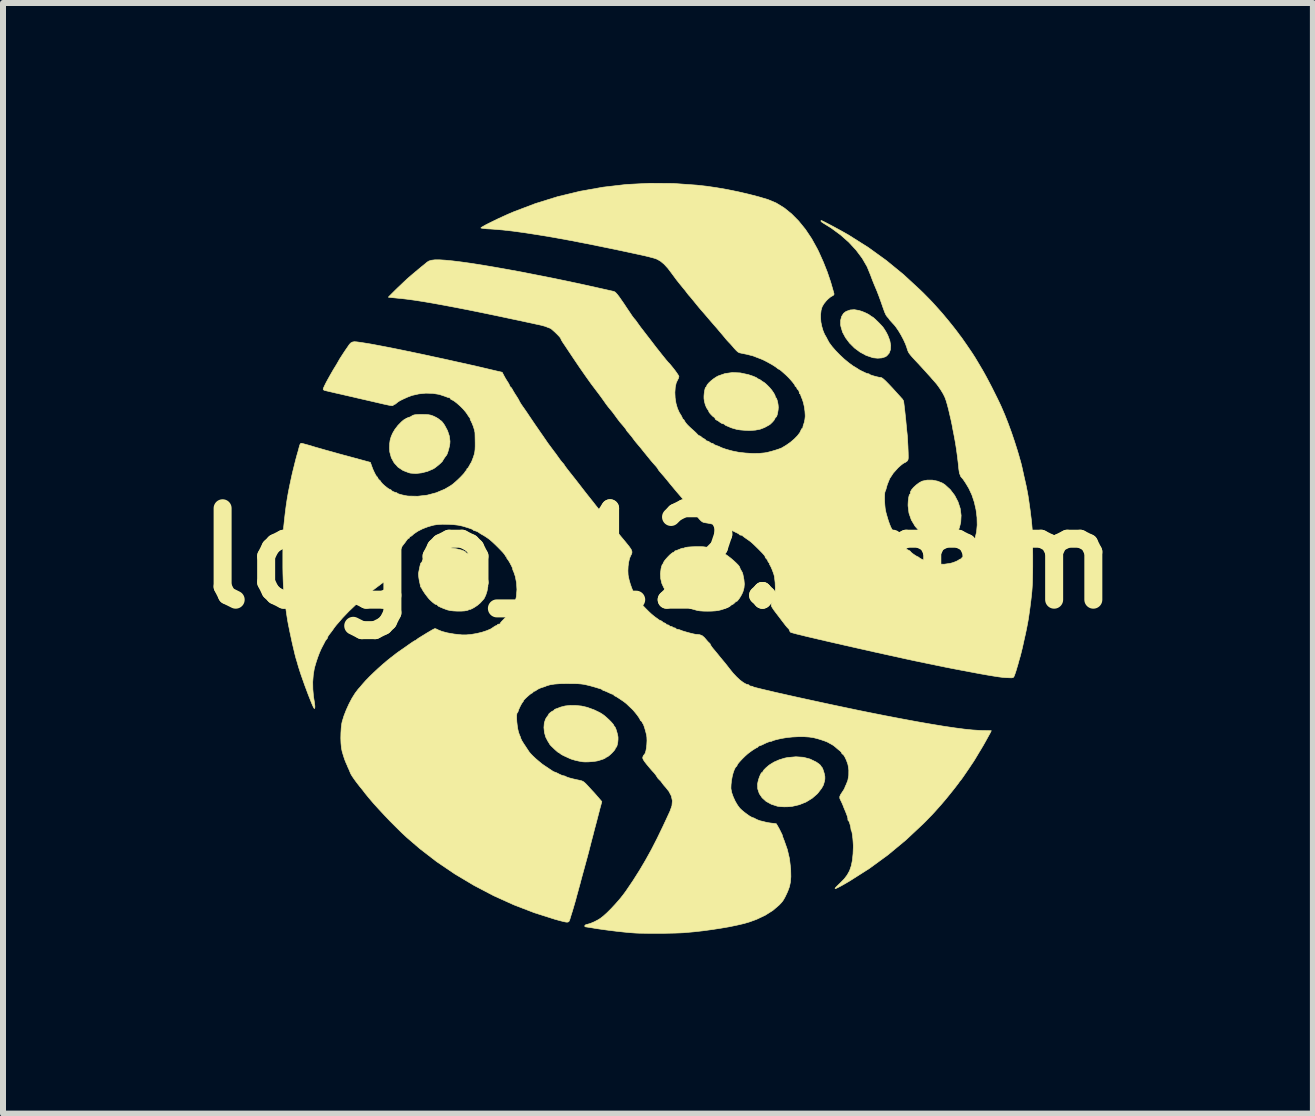
<source format=kicad_pcb>
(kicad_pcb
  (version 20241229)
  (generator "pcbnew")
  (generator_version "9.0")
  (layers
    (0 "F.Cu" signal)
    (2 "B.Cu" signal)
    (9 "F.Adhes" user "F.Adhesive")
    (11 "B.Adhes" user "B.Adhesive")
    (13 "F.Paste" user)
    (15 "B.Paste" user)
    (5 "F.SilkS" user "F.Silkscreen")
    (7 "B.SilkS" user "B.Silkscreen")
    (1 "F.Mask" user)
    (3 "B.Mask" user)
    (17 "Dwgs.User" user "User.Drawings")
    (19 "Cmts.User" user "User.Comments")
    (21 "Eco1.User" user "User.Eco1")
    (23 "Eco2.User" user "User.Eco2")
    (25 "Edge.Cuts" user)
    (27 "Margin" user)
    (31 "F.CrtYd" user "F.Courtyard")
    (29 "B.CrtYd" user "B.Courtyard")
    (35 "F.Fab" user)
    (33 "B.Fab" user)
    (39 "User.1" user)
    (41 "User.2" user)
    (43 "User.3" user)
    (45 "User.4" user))
  (footprint "logo_12.5mm"
    (layer "F.Cu")
    (at 7.918 6.257)
    (property "Reference" "logo_12.5mm" (at 0 0 0) (layer "F.SilkS") (effects (font (size 1.524 1.524) (thickness 0.3))))
    (attr through_hole)
    (fp_poly (pts (xy 3.349 -4.132) (xy 3.398 -4.117) (xy 3.448 -4.097) (xy 3.494 -4.075) (xy 3.526 -4.056) (xy 3.53 -4.053) (xy 3.555 -4.034) (xy 3.573 -4.024) (xy 3.574 -4.024) (xy 3.588 -4.015) (xy 3.613 -3.993) (xy 3.647 -3.961) (xy 3.684 -3.925) (xy 3.72 -3.887) (xy 3.75 -3.854) (xy 3.754 -3.848) (xy 3.776 -3.816) (xy 3.804 -3.77) (xy 3.83 -3.72) (xy 3.833 -3.713) (xy 3.865 -3.628) (xy 3.879 -3.549) (xy 3.875 -3.478) (xy 3.853 -3.419) (xy 3.814 -3.375) (xy 3.789 -3.359) (xy 3.732 -3.341) (xy 3.662 -3.336) (xy 3.589 -3.343) (xy 3.575 -3.347) (xy 3.469 -3.383) (xy 3.368 -3.438) (xy 3.275 -3.507) (xy 3.194 -3.588) (xy 3.127 -3.677) (xy 3.077 -3.77) (xy 3.049 -3.866) (xy 3.044 -3.895) (xy 3.045 -3.969) (xy 3.062 -4.033) (xy 3.094 -4.084) (xy 3.136 -4.116) (xy 3.204 -4.14) (xy 3.273 -4.145) (xy 3.349 -4.132)) (stroke (width 0.01) (type solid)) (fill yes) (layer "F.SilkS"))
    (fp_poly (pts (xy 4.573 -1.304) (xy 4.659 -1.287) (xy 4.738 -1.256) (xy 4.781 -1.229) (xy 4.872 -1.146) (xy 4.946 -1.049) (xy 5.001 -0.943) (xy 5.038 -0.831) (xy 5.053 -0.716) (xy 5.047 -0.603) (xy 5.026 -0.515) (xy 5.009 -0.474) (xy 4.99 -0.44) (xy 4.982 -0.429) (xy 4.967 -0.408) (xy 4.965 -0.396) (xy 4.961 -0.387) (xy 4.947 -0.38) (xy 4.926 -0.369) (xy 4.921 -0.361) (xy 4.91 -0.35) (xy 4.884 -0.333) (xy 4.862 -0.322) (xy 4.819 -0.307) (xy 4.765 -0.296) (xy 4.706 -0.29) (xy 4.653 -0.288) (xy 4.614 -0.292) (xy 4.609 -0.294) (xy 4.53 -0.325) (xy 4.467 -0.36) (xy 4.41 -0.402) (xy 4.373 -0.436) (xy 4.286 -0.535) (xy 4.223 -0.641) (xy 4.184 -0.754) (xy 4.169 -0.874) (xy 4.169 -0.903) (xy 4.172 -0.957) (xy 4.178 -1.007) (xy 4.186 -1.045) (xy 4.196 -1.068) (xy 4.201 -1.071) (xy 4.208 -1.08) (xy 4.207 -1.087) (xy 4.21 -1.113) (xy 4.23 -1.147) (xy 4.263 -1.185) (xy 4.305 -1.223) (xy 4.35 -1.257) (xy 4.396 -1.283) (xy 4.41 -1.288) (xy 4.487 -1.304) (xy 4.573 -1.304)) (stroke (width 0.01) (type solid)) (fill yes) (layer "F.SilkS"))
    (fp_poly (pts (xy 2.422 3.316) (xy 2.533 3.345) (xy 2.636 3.395) (xy 2.644 3.4) (xy 2.68 3.425) (xy 2.705 3.446) (xy 2.715 3.46) (xy 2.722 3.475) (xy 2.726 3.476) (xy 2.736 3.487) (xy 2.749 3.515) (xy 2.762 3.554) (xy 2.774 3.595) (xy 2.781 3.633) (xy 2.782 3.638) (xy 2.782 3.68) (xy 2.775 3.719) (xy 2.766 3.749) (xy 2.761 3.769) (xy 2.754 3.786) (xy 2.737 3.816) (xy 2.729 3.831) (xy 2.66 3.921) (xy 2.572 3.998) (xy 2.47 4.061) (xy 2.356 4.107) (xy 2.235 4.135) (xy 2.163 4.141) (xy 2.103 4.142) (xy 2.044 4.139) (xy 1.997 4.133) (xy 1.987 4.131) (xy 1.887 4.098) (xy 1.802 4.051) (xy 1.736 3.991) (xy 1.689 3.922) (xy 1.663 3.844) (xy 1.66 3.764) (xy 1.667 3.726) (xy 1.678 3.683) (xy 1.693 3.64) (xy 1.709 3.603) (xy 1.723 3.578) (xy 1.733 3.569) (xy 1.735 3.57) (xy 1.743 3.566) (xy 1.75 3.552) (xy 1.765 3.528) (xy 1.797 3.495) (xy 1.841 3.457) (xy 1.862 3.441) (xy 1.935 3.396) (xy 2.022 3.358) (xy 2.114 3.33) (xy 2.164 3.32) (xy 2.299 3.308) (xy 2.422 3.316)) (stroke (width 0.01) (type solid)) (fill yes) (layer "F.SilkS"))
    (fp_poly (pts (xy -3.872 -2.397) (xy -3.826 -2.394) (xy -3.788 -2.387) (xy -3.754 -2.375) (xy -3.737 -2.368) (xy -3.696 -2.348) (xy -3.662 -2.327) (xy -3.646 -2.315) (xy -3.626 -2.298) (xy -3.615 -2.292) (xy -3.604 -2.283) (xy -3.583 -2.257) (xy -3.558 -2.221) (xy -3.554 -2.214) (xy -3.508 -2.128) (xy -3.478 -2.038) (xy -3.467 -1.951) (xy -3.469 -1.914) (xy -3.475 -1.874) (xy -3.487 -1.826) (xy -3.5 -1.78) (xy -3.513 -1.742) (xy -3.524 -1.72) (xy -3.525 -1.719) (xy -3.538 -1.703) (xy -3.557 -1.677) (xy -3.574 -1.651) (xy -3.586 -1.631) (xy -3.588 -1.626) (xy -3.597 -1.613) (xy -3.621 -1.589) (xy -3.653 -1.56) (xy -3.689 -1.531) (xy -3.723 -1.505) (xy -3.748 -1.49) (xy -3.841 -1.45) (xy -3.938 -1.425) (xy -4.034 -1.414) (xy -4.122 -1.42) (xy -4.15 -1.426) (xy -4.249 -1.464) (xy -4.333 -1.52) (xy -4.398 -1.592) (xy -4.445 -1.677) (xy -4.471 -1.773) (xy -4.475 -1.837) (xy -4.473 -1.91) (xy -4.465 -1.969) (xy -4.449 -2.025) (xy -4.422 -2.088) (xy -4.421 -2.089) (xy -4.385 -2.15) (xy -4.334 -2.216) (xy -4.275 -2.276) (xy -4.241 -2.305) (xy -4.218 -2.32) (xy -4.211 -2.323) (xy -3.675 -2.323) (xy -3.669 -2.317) (xy -3.663 -2.323) (xy -3.669 -2.33) (xy -3.675 -2.323) (xy -4.211 -2.323) (xy -4.189 -2.335) (xy -4.162 -2.348) (xy -4.144 -2.353) (xy -4.142 -2.353) (xy -4.132 -2.356) (xy -4.11 -2.369) (xy -4.104 -2.373) (xy -4.083 -2.385) (xy -4.058 -2.392) (xy -4.022 -2.396) (xy -3.97 -2.398) (xy -3.937 -2.398) (xy -3.872 -2.397)) (stroke (width 0.01) (type solid)) (fill yes) (layer "F.SilkS"))
    (fp_poly (pts (xy -1.369 2.453) (xy -1.275 2.462) (xy -1.188 2.482) (xy -1.177 2.485) (xy -1.064 2.526) (xy -0.969 2.572) (xy -0.922 2.601) (xy -0.89 2.625) (xy -0.852 2.658) (xy -0.813 2.694) (xy -0.777 2.731) (xy -0.75 2.762) (xy -0.736 2.783) (xy -0.735 2.787) (xy -0.729 2.802) (xy -0.725 2.803) (xy -0.715 2.814) (xy -0.702 2.843) (xy -0.689 2.882) (xy -0.677 2.926) (xy -0.668 2.967) (xy -0.666 2.983) (xy -0.666 3.021) (xy -0.67 3.065) (xy -0.678 3.105) (xy -0.687 3.137) (xy -0.697 3.151) (xy -0.699 3.152) (xy -0.709 3.162) (xy -0.71 3.171) (xy -0.719 3.19) (xy -0.742 3.218) (xy -0.772 3.25) (xy -0.805 3.28) (xy -0.834 3.303) (xy -0.854 3.314) (xy -0.856 3.314) (xy -0.871 3.319) (xy -0.872 3.323) (xy -0.883 3.333) (xy -0.915 3.347) (xy -0.961 3.362) (xy -1.012 3.377) (xy -1.05 3.383) (xy -1.103 3.389) (xy -1.16 3.393) (xy -1.212 3.394) (xy -1.25 3.392) (xy -1.252 3.392) (xy -1.32 3.38) (xy -1.385 3.365) (xy -1.438 3.349) (xy -1.458 3.342) (xy -1.528 3.31) (xy -1.578 3.287) (xy -1.611 3.269) (xy -1.629 3.256) (xy -1.63 3.255) (xy -1.648 3.241) (xy -1.656 3.239) (xy -1.668 3.231) (xy -1.693 3.21) (xy -1.724 3.182) (xy -1.756 3.151) (xy -1.784 3.124) (xy -1.802 3.103) (xy -1.806 3.097) (xy -1.813 3.084) (xy -1.829 3.058) (xy -1.837 3.046) (xy -1.872 2.978) (xy -1.893 2.901) (xy -1.901 2.821) (xy -1.895 2.745) (xy -1.874 2.68) (xy -1.867 2.669) (xy -1.847 2.638) (xy -1.83 2.617) (xy -1.826 2.613) (xy -1.82 2.605) (xy -1.823 2.604) (xy -1.823 2.598) (xy -1.808 2.583) (xy -1.787 2.565) (xy -1.764 2.55) (xy -1.747 2.542) (xy -1.745 2.541) (xy -1.732 2.534) (xy -1.732 2.53) (xy -1.721 2.518) (xy -1.71 2.513) (xy -1.687 2.505) (xy -1.65 2.491) (xy -1.619 2.479) (xy -1.549 2.461) (xy -1.463 2.452) (xy -1.369 2.453)) (stroke (width 0.01) (type solid)) (fill yes) (layer "F.SilkS"))
    (fp_poly (pts (xy 1.372 -3.091) (xy 1.508 -3.062) (xy 1.585 -3.036) (xy 1.623 -3.02) (xy 1.649 -3.007) (xy 1.657 -2.999) (xy 1.667 -2.991) (xy 1.674 -2.99) (xy 1.694 -2.982) (xy 1.719 -2.965) (xy 1.742 -2.947) (xy 1.756 -2.94) (xy 1.769 -2.932) (xy 1.794 -2.912) (xy 1.824 -2.884) (xy 1.863 -2.844) (xy 1.9 -2.799) (xy 1.93 -2.755) (xy 1.95 -2.718) (xy 1.956 -2.697) (xy 1.961 -2.68) (xy 1.966 -2.678) (xy 1.975 -2.667) (xy 1.986 -2.638) (xy 1.996 -2.599) (xy 2.003 -2.556) (xy 2.006 -2.516) (xy 2.006 -2.516) (xy 2.003 -2.475) (xy 1.996 -2.432) (xy 1.987 -2.392) (xy 1.977 -2.364) (xy 1.968 -2.354) (xy 1.956 -2.344) (xy 1.949 -2.329) (xy 1.934 -2.301) (xy 1.905 -2.268) (xy 1.873 -2.237) (xy 1.855 -2.224) (xy 1.777 -2.181) (xy 1.702 -2.152) (xy 1.623 -2.137) (xy 1.531 -2.131) (xy 1.496 -2.132) (xy 1.434 -2.135) (xy 1.373 -2.14) (xy 1.322 -2.148) (xy 1.308 -2.151) (xy 1.265 -2.163) (xy 1.229 -2.174) (xy 1.215 -2.179) (xy 1.185 -2.192) (xy 1.15 -2.207) (xy 1.149 -2.207) (xy 1.122 -2.22) (xy 1.109 -2.232) (xy 1.109 -2.233) (xy 1.098 -2.241) (xy 1.086 -2.242) (xy 1.062 -2.25) (xy 1.032 -2.269) (xy 1.027 -2.273) (xy 0.999 -2.294) (xy 0.978 -2.304) (xy 0.976 -2.305) (xy 0.96 -2.315) (xy 0.953 -2.33) (xy 0.942 -2.35) (xy 0.933 -2.354) (xy 0.92 -2.362) (xy 0.899 -2.382) (xy 0.876 -2.406) (xy 0.856 -2.43) (xy 0.847 -2.446) (xy 0.847 -2.449) (xy 0.845 -2.459) (xy 0.833 -2.475) (xy 0.809 -2.511) (xy 0.788 -2.563) (xy 0.773 -2.621) (xy 0.767 -2.666) (xy 0.767 -2.707) (xy 0.771 -2.752) (xy 0.778 -2.796) (xy 0.786 -2.831) (xy 0.795 -2.851) (xy 0.799 -2.853) (xy 0.809 -2.863) (xy 0.81 -2.869) (xy 0.82 -2.892) (xy 0.846 -2.923) (xy 0.883 -2.958) (xy 0.927 -2.993) (xy 0.972 -3.023) (xy 1.003 -3.04) (xy 1.118 -3.08) (xy 1.241 -3.097) (xy 1.372 -3.091)) (stroke (width 0.01) (type solid)) (fill yes) (layer "F.SilkS"))
    (fp_poly (pts (xy -3.458 -0.173) (xy -3.398 -0.166) (xy -3.338 -0.154) (xy -3.283 -0.14) (xy -3.239 -0.124) (xy -3.21 -0.109) (xy -3.202 -0.097) (xy -3.192 -0.088) (xy -3.186 -0.087) (xy -3.169 -0.08) (xy -3.138 -0.063) (xy -3.102 -0.04) (xy -3.067 -0.016) (xy -3.04 0.004) (xy -3.029 0.016) (xy -3.018 0.032) (xy -2.998 0.054) (xy -2.971 0.085) (xy -2.941 0.124) (xy -2.912 0.165) (xy -2.889 0.202) (xy -2.876 0.229) (xy -2.874 0.236) (xy -2.867 0.263) (xy -2.863 0.27) (xy -2.851 0.298) (xy -2.842 0.348) (xy -2.835 0.411) (xy -2.836 0.475) (xy -2.849 0.546) (xy -2.87 0.612) (xy -2.896 0.667) (xy -2.907 0.682) (xy -2.961 0.742) (xy -3.013 0.786) (xy -3.068 0.822) (xy -3.104 0.841) (xy -3.129 0.852) (xy -3.139 0.853) (xy -3.139 0.853) (xy -3.147 0.852) (xy -3.159 0.861) (xy -3.184 0.87) (xy -3.228 0.877) (xy -3.283 0.88) (xy -3.345 0.88) (xy -3.407 0.877) (xy -3.462 0.871) (xy -3.504 0.861) (xy -3.507 0.861) (xy -3.575 0.836) (xy -3.627 0.814) (xy -3.662 0.797) (xy -3.675 0.784) (xy -3.675 0.783) (xy -3.685 0.773) (xy -3.692 0.772) (xy -3.717 0.763) (xy -3.756 0.733) (xy -3.804 0.689) (xy -3.828 0.662) (xy -3.856 0.626) (xy -3.886 0.586) (xy -3.912 0.547) (xy -3.931 0.516) (xy -3.94 0.497) (xy -3.939 0.495) (xy -3.945 0.486) (xy -3.947 0.486) (xy -3.957 0.476) (xy -3.958 0.47) (xy -3.962 0.447) (xy -3.967 0.424) (xy -3.978 0.377) (xy -3.986 0.327) (xy -3.991 0.284) (xy -3.992 0.255) (xy -3.992 0.251) (xy -3.978 0.178) (xy -3.967 0.126) (xy -3.959 0.094) (xy -3.952 0.078) (xy -3.948 0.075) (xy -3.937 0.064) (xy -3.929 0.047) (xy -3.915 0.018) (xy -3.889 -0.016) (xy -3.857 -0.051) (xy -3.825 -0.08) (xy -3.799 -0.097) (xy -3.79 -0.1) (xy -3.776 -0.106) (xy -3.775 -0.11) (xy -3.763 -0.122) (xy -3.733 -0.135) (xy -3.689 -0.148) (xy -3.637 -0.161) (xy -3.582 -0.17) (xy -3.532 -0.175) (xy -3.513 -0.176) (xy -3.458 -0.173)) (stroke (width 0.01) (type solid)) (fill yes) (layer "F.SilkS"))
    (fp_poly (pts (xy 0.755 -0.193) (xy 0.808 -0.186) (xy 0.86 -0.175) (xy 0.861 -0.175) (xy 0.94 -0.153) (xy 0.998 -0.135) (xy 1.034 -0.12) (xy 1.046 -0.109) (xy 1.046 -0.109) (xy 1.056 -0.1) (xy 1.058 -0.1) (xy 1.083 -0.092) (xy 1.121 -0.07) (xy 1.167 -0.038) (xy 1.216 -0.000211) (xy 1.264 0.041) (xy 1.307 0.081) (xy 1.341 0.116) (xy 1.361 0.144) (xy 1.364 0.154) (xy 1.371 0.174) (xy 1.386 0.201) (xy 1.386 0.201) (xy 1.405 0.234) (xy 1.415 0.263) (xy 1.433 0.354) (xy 1.44 0.429) (xy 1.434 0.494) (xy 1.417 0.555) (xy 1.399 0.596) (xy 1.379 0.632) (xy 1.357 0.667) (xy 1.335 0.696) (xy 1.318 0.715) (xy 1.309 0.719) (xy 1.308 0.716) (xy 1.301 0.719) (xy 1.283 0.736) (xy 1.279 0.741) (xy 1.255 0.762) (xy 1.237 0.772) (xy 1.236 0.772) (xy 1.217 0.782) (xy 1.212 0.788) (xy 1.194 0.803) (xy 1.157 0.821) (xy 1.11 0.839) (xy 1.057 0.857) (xy 1.007 0.869) (xy 1.003 0.87) (xy 0.956 0.876) (xy 0.894 0.88) (xy 0.826 0.881) (xy 0.759 0.88) (xy 0.701 0.876) (xy 0.66 0.87) (xy 0.616 0.858) (xy 0.567 0.844) (xy 0.518 0.828) (xy 0.476 0.814) (xy 0.446 0.803) (xy 0.436 0.798) (xy 0.422 0.789) (xy 0.394 0.773) (xy 0.38 0.767) (xy 0.352 0.752) (xy 0.329 0.739) (xy 0.307 0.723) (xy 0.281 0.7) (xy 0.245 0.667) (xy 0.202 0.626) (xy 0.164 0.588) (xy 0.134 0.555) (xy 0.116 0.532) (xy 0.112 0.524) (xy 0.106 0.504) (xy 0.093 0.481) (xy 0.064 0.417) (xy 0.046 0.34) (xy 0.041 0.256) (xy 0.051 0.174) (xy 0.051 0.173) (xy 0.061 0.134) (xy 0.07 0.108) (xy 0.076 0.1) (xy 0.085 0.089) (xy 0.092 0.07) (xy 0.104 0.048) (xy 0.129 0.016) (xy 0.161 -0.02) (xy 0.195 -0.055) (xy 0.227 -0.082) (xy 0.25 -0.098) (xy 0.256 -0.1) (xy 0.272 -0.107) (xy 0.274 -0.112) (xy 0.284 -0.124) (xy 0.287 -0.125) (xy 0.305 -0.129) (xy 0.337 -0.142) (xy 0.357 -0.15) (xy 0.391 -0.164) (xy 0.414 -0.17) (xy 0.421 -0.169) (xy 0.434 -0.17) (xy 0.444 -0.176) (xy 0.464 -0.183) (xy 0.504 -0.188) (xy 0.56 -0.192) (xy 0.615 -0.194) (xy 0.693 -0.195) (xy 0.755 -0.193)) (stroke (width 0.01) (type solid)) (fill yes) (layer "F.SilkS"))
    (fp_poly (pts (xy 0.255 -6.249) (xy 0.647 -6.221) (xy 0.81 -6.203) (xy 0.98 -6.178) (xy 1.158 -6.147) (xy 1.339 -6.11) (xy 1.516 -6.069) (xy 1.681 -6.026) (xy 1.828 -5.982) (xy 1.84 -5.978) (xy 1.971 -5.923) (xy 2.1 -5.844) (xy 2.225 -5.744) (xy 2.344 -5.624) (xy 2.457 -5.485) (xy 2.561 -5.33) (xy 2.655 -5.16) (xy 2.678 -5.114) (xy 2.756 -4.94) (xy 2.822 -4.774) (xy 2.879 -4.605) (xy 2.931 -4.424) (xy 2.934 -4.415) (xy 2.933 -4.394) (xy 2.915 -4.378) (xy 2.903 -4.373) (xy 2.875 -4.356) (xy 2.839 -4.326) (xy 2.809 -4.297) (xy 2.766 -4.244) (xy 2.736 -4.193) (xy 2.719 -4.135) (xy 2.711 -4.065) (xy 2.711 -4.005) (xy 2.716 -3.938) (xy 2.731 -3.865) (xy 2.752 -3.794) (xy 2.777 -3.734) (xy 2.79 -3.712) (xy 2.811 -3.676) (xy 2.825 -3.647) (xy 2.855 -3.593) (xy 2.902 -3.53) (xy 2.962 -3.461) (xy 3.031 -3.39) (xy 3.104 -3.322) (xy 3.178 -3.261) (xy 3.248 -3.209) (xy 3.302 -3.177) (xy 3.326 -3.162) (xy 3.339 -3.153) (xy 3.353 -3.144) (xy 3.381 -3.129) (xy 3.395 -3.122) (xy 3.431 -3.105) (xy 3.46 -3.091) (xy 3.466 -3.088) (xy 3.494 -3.079) (xy 3.507 -3.077) (xy 3.523 -3.072) (xy 3.525 -3.067) (xy 3.537 -3.06) (xy 3.565 -3.05) (xy 3.604 -3.038) (xy 3.646 -3.027) (xy 3.685 -3.018) (xy 3.714 -3.015) (xy 3.717 -3.015) (xy 3.733 -3.008) (xy 3.76 -2.988) (xy 3.797 -2.954) (xy 3.847 -2.903) (xy 3.911 -2.835) (xy 3.968 -2.772) (xy 4.006 -2.73) (xy 4.04 -2.693) (xy 4.064 -2.666) (xy 4.073 -2.657) (xy 4.09 -2.631) (xy 4.095 -2.617) (xy 4.1 -2.579) (xy 4.107 -2.522) (xy 4.115 -2.453) (xy 4.123 -2.379) (xy 4.131 -2.305) (xy 4.136 -2.249) (xy 4.142 -2.188) (xy 4.147 -2.132) (xy 4.152 -2.088) (xy 4.154 -2.068) (xy 4.157 -2.04) (xy 4.16 -1.993) (xy 4.163 -1.933) (xy 4.167 -1.864) (xy 4.168 -1.833) (xy 4.171 -1.76) (xy 4.172 -1.708) (xy 4.172 -1.672) (xy 4.169 -1.649) (xy 4.163 -1.634) (xy 4.155 -1.623) (xy 4.152 -1.62) (xy 4.123 -1.599) (xy 4.103 -1.59) (xy 4.082 -1.577) (xy 4.05 -1.552) (xy 4.013 -1.519) (xy 4.003 -1.51) (xy 3.923 -1.421) (xy 3.863 -1.33) (xy 3.823 -1.231) (xy 3.811 -1.19) (xy 3.801 -1.152) (xy 3.791 -1.123) (xy 3.786 -1.115) (xy 3.781 -1.095) (xy 3.778 -1.056) (xy 3.777 -1.004) (xy 3.778 -0.946) (xy 3.782 -0.888) (xy 3.787 -0.835) (xy 3.789 -0.822) (xy 3.8 -0.766) (xy 3.818 -0.702) (xy 3.838 -0.635) (xy 3.86 -0.572) (xy 3.881 -0.52) (xy 3.9 -0.485) (xy 3.901 -0.484) (xy 3.917 -0.459) (xy 3.924 -0.444) (xy 3.924 -0.444) (xy 3.931 -0.43) (xy 3.948 -0.402) (xy 3.972 -0.367) (xy 3.997 -0.331) (xy 4.02 -0.3) (xy 4.03 -0.289) (xy 4.054 -0.261) (xy 4.085 -0.227) (xy 4.095 -0.216) (xy 4.119 -0.188) (xy 4.134 -0.168) (xy 4.136 -0.162) (xy 4.146 -0.151) (xy 4.171 -0.138) (xy 4.173 -0.137) (xy 4.199 -0.124) (xy 4.211 -0.112) (xy 4.211 -0.111) (xy 4.22 -0.1) (xy 4.244 -0.08) (xy 4.275 -0.058) (xy 4.305 -0.039) (xy 4.328 -0.027) (xy 4.335 -0.025) (xy 4.349 -0.016) (xy 4.35 -0.015) (xy 4.364 -0.003) (xy 4.397 0.015) (xy 4.44 0.035) (xy 4.49 0.054) (xy 4.539 0.072) (xy 4.57 0.08) (xy 4.668 0.097) (xy 4.772 0.098) (xy 4.87 0.084) (xy 4.909 0.074) (xy 4.953 0.058) (xy 4.99 0.042) (xy 5.009 0.03) (xy 5.031 0.016) (xy 5.043 0.012) (xy 5.057 0.004) (xy 5.058 0) (xy 5.068 -0.012) (xy 5.073 -0.012) (xy 5.094 -0.022) (xy 5.123 -0.05) (xy 5.157 -0.09) (xy 5.182 -0.125) (xy 5.204 -0.154) (xy 5.222 -0.174) (xy 5.225 -0.177) (xy 5.231 -0.186) (xy 5.228 -0.187) (xy 5.226 -0.196) (xy 5.235 -0.215) (xy 5.248 -0.24) (xy 5.265 -0.281) (xy 5.283 -0.329) (xy 5.286 -0.338) (xy 5.311 -0.44) (xy 5.321 -0.556) (xy 5.318 -0.682) (xy 5.302 -0.81) (xy 5.273 -0.937) (xy 5.233 -1.057) (xy 5.184 -1.162) (xy 5.159 -1.205) (xy 5.133 -1.248) (xy 5.108 -1.286) (xy 5.09 -1.312) (xy 5.084 -1.321) (xy 5.048 -1.362) (xy 5.025 -1.421) (xy 5.015 -1.486) (xy 5.004 -1.593) (xy 4.99 -1.709) (xy 4.974 -1.825) (xy 4.957 -1.933) (xy 4.94 -2.025) (xy 4.939 -2.031) (xy 4.928 -2.088) (xy 4.916 -2.147) (xy 4.908 -2.193) (xy 4.901 -2.23) (xy 4.893 -2.266) (xy 4.885 -2.306) (xy 4.873 -2.356) (xy 4.858 -2.421) (xy 4.846 -2.473) (xy 4.823 -2.561) (xy 4.802 -2.632) (xy 4.78 -2.691) (xy 4.753 -2.744) (xy 4.72 -2.799) (xy 4.705 -2.822) (xy 4.676 -2.864) (xy 4.647 -2.903) (xy 4.626 -2.928) (xy 4.597 -2.961) (xy 4.571 -2.99) (xy 4.542 -3.024) (xy 4.499 -3.071) (xy 4.448 -3.128) (xy 4.392 -3.189) (xy 4.335 -3.251) (xy 4.285 -3.304) (xy 4.238 -3.355) (xy 4.205 -3.394) (xy 4.182 -3.425) (xy 4.167 -3.455) (xy 4.155 -3.489) (xy 4.148 -3.513) (xy 4.126 -3.573) (xy 4.093 -3.645) (xy 4.053 -3.721) (xy 4.01 -3.793) (xy 3.968 -3.854) (xy 3.952 -3.875) (xy 3.933 -3.897) (xy 3.905 -3.927) (xy 3.892 -3.942) (xy 3.867 -3.969) (xy 3.852 -3.989) (xy 3.849 -3.994) (xy 3.841 -4.006) (xy 3.821 -4.026) (xy 3.82 -4.028) (xy 3.801 -4.055) (xy 3.778 -4.105) (xy 3.752 -4.177) (xy 3.74 -4.212) (xy 3.713 -4.289) (xy 3.682 -4.374) (xy 3.65 -4.457) (xy 3.627 -4.511) (xy 3.601 -4.573) (xy 3.576 -4.635) (xy 3.556 -4.688) (xy 3.544 -4.721) (xy 3.486 -4.862) (xy 3.405 -5.002) (xy 3.303 -5.138) (xy 3.182 -5.269) (xy 3.043 -5.392) (xy 2.888 -5.506) (xy 2.756 -5.588) (xy 2.728 -5.607) (xy 2.715 -5.623) (xy 2.72 -5.631) (xy 2.724 -5.631) (xy 2.739 -5.625) (xy 2.772 -5.609) (xy 2.819 -5.585) (xy 2.876 -5.555) (xy 2.94 -5.521) (xy 3.006 -5.485) (xy 3.072 -5.449) (xy 3.132 -5.415) (xy 3.183 -5.386) (xy 3.192 -5.38) (xy 3.507 -5.181) (xy 3.806 -4.965) (xy 4.092 -4.731) (xy 4.368 -4.476) (xy 4.423 -4.423) (xy 4.483 -4.362) (xy 4.533 -4.311) (xy 4.579 -4.263) (xy 4.625 -4.212) (xy 4.678 -4.153) (xy 4.728 -4.097) (xy 4.757 -4.063) (xy 4.796 -4.016) (xy 4.841 -3.962) (xy 4.887 -3.905) (xy 4.931 -3.85) (xy 4.969 -3.801) (xy 4.997 -3.764) (xy 5.008 -3.75) (xy 5.028 -3.721) (xy 5.043 -3.703) (xy 5.045 -3.7) (xy 5.055 -3.687) (xy 5.076 -3.658) (xy 5.105 -3.616) (xy 5.14 -3.566) (xy 5.176 -3.513) (xy 5.213 -3.459) (xy 5.246 -3.41) (xy 5.272 -3.369) (xy 5.29 -3.341) (xy 5.293 -3.335) (xy 5.309 -3.309) (xy 5.334 -3.267) (xy 5.365 -3.215) (xy 5.398 -3.159) (xy 5.399 -3.158) (xy 5.431 -3.102) (xy 5.471 -3.03) (xy 5.516 -2.945) (xy 5.564 -2.853) (xy 5.611 -2.759) (xy 5.656 -2.669) (xy 5.695 -2.588) (xy 5.726 -2.521) (xy 5.728 -2.516) (xy 5.782 -2.39) (xy 5.838 -2.247) (xy 5.893 -2.097) (xy 5.944 -1.946) (xy 5.989 -1.804) (xy 6.003 -1.757) (xy 6.018 -1.706) (xy 6.031 -1.66) (xy 6.04 -1.628) (xy 6.041 -1.626) (xy 6.054 -1.578) (xy 6.07 -1.511) (xy 6.087 -1.433) (xy 6.091 -1.417) (xy 6.101 -1.369) (xy 6.113 -1.318) (xy 6.115 -1.308) (xy 6.137 -1.211) (xy 6.154 -1.125) (xy 6.169 -1.043) (xy 6.182 -0.957) (xy 6.196 -0.857) (xy 6.203 -0.81) (xy 6.214 -0.719) (xy 6.224 -0.64) (xy 6.231 -0.568) (xy 6.237 -0.499) (xy 6.241 -0.427) (xy 6.244 -0.35) (xy 6.246 -0.262) (xy 6.246 -0.16) (xy 6.247 -0.038) (xy 6.247 0) (xy 6.247 0.128) (xy 6.246 0.236) (xy 6.244 0.327) (xy 6.242 0.407) (xy 6.238 0.479) (xy 6.233 0.549) (xy 6.226 0.62) (xy 6.217 0.696) (xy 6.206 0.783) (xy 6.203 0.81) (xy 6.188 0.917) (xy 6.175 1.008) (xy 6.16 1.091) (xy 6.144 1.174) (xy 6.125 1.265) (xy 6.115 1.308) (xy 6.104 1.357) (xy 6.093 1.408) (xy 6.091 1.417) (xy 6.073 1.497) (xy 6.056 1.566) (xy 6.043 1.618) (xy 6.041 1.626) (xy 6.032 1.656) (xy 6.019 1.701) (xy 6.005 1.752) (xy 6.004 1.757) (xy 5.984 1.824) (xy 5.969 1.875) (xy 5.955 1.917) (xy 5.941 1.956) (xy 5.931 1.977) (xy 5.918 1.988) (xy 5.894 1.992) (xy 5.857 1.991) (xy 5.808 1.989) (xy 5.762 1.986) (xy 5.743 1.984) (xy 5.68 1.976) (xy 5.596 1.963) (xy 5.493 1.946) (xy 5.374 1.925) (xy 5.241 1.9) (xy 5.097 1.873) (xy 4.945 1.844) (xy 4.787 1.813) (xy 4.627 1.78) (xy 4.467 1.747) (xy 4.309 1.714) (xy 4.298 1.712) (xy 4.135 1.677) (xy 3.969 1.64) (xy 3.8 1.603) (xy 3.631 1.566) (xy 3.463 1.528) (xy 3.299 1.491) (xy 3.139 1.455) (xy 2.986 1.42) (xy 2.842 1.387) (xy 2.707 1.356) (xy 2.585 1.327) (xy 2.477 1.302) (xy 2.385 1.279) (xy 2.31 1.261) (xy 2.255 1.246) (xy 2.22 1.236) (xy 2.209 1.231) (xy 2.195 1.211) (xy 2.193 1.202) (xy 2.184 1.182) (xy 2.172 1.169) (xy 2.154 1.151) (xy 2.127 1.119) (xy 2.105 1.09) (xy 2.077 1.054) (xy 2.04 1.005) (xy 1.999 0.951) (xy 1.969 0.912) (xy 1.93 0.86) (xy 1.905 0.822) (xy 1.891 0.796) (xy 1.887 0.776) (xy 1.889 0.766) (xy 1.898 0.74) (xy 1.907 0.728) (xy 1.915 0.714) (xy 1.928 0.683) (xy 1.936 0.656) (xy 1.95 0.585) (xy 1.956 0.499) (xy 1.953 0.407) (xy 1.943 0.318) (xy 1.94 0.299) (xy 1.932 0.268) (xy 1.918 0.228) (xy 1.902 0.186) (xy 1.886 0.149) (xy 1.873 0.122) (xy 1.866 0.112) (xy 1.86 0.105) (xy 1.862 0.101) (xy 1.859 0.085) (xy 1.85 0.075) (xy 1.834 0.054) (xy 1.831 0.044) (xy 1.823 0.025) (xy 1.806 0.006) (xy 1.79 -0.012) (xy 1.787 -0.022) (xy 1.785 -0.033) (xy 1.769 -0.055) (xy 1.737 -0.091) (xy 1.688 -0.141) (xy 1.661 -0.168) (xy 1.614 -0.214) (xy 1.578 -0.248) (xy 1.549 -0.273) (xy 1.521 -0.295) (xy 1.489 -0.317) (xy 1.47 -0.33) (xy 1.438 -0.353) (xy 1.416 -0.37) (xy 1.41 -0.377) (xy 1.396 -0.385) (xy 1.382 -0.386) (xy 1.362 -0.391) (xy 1.358 -0.396) (xy 1.347 -0.407) (xy 1.321 -0.422) (xy 1.305 -0.429) (xy 1.272 -0.445) (xy 1.25 -0.457) (xy 1.246 -0.46) (xy 1.231 -0.468) (xy 1.2 -0.48) (xy 1.165 -0.492) (xy 1.125 -0.506) (xy 1.095 -0.518) (xy 1.084 -0.524) (xy 1.069 -0.531) (xy 1.036 -0.54) (xy 0.989 -0.552) (xy 0.936 -0.564) (xy 0.882 -0.576) (xy 0.833 -0.586) (xy 0.795 -0.592) (xy 0.766 -0.597) (xy 0.741 -0.607) (xy 0.717 -0.625) (xy 0.689 -0.654) (xy 0.653 -0.698) (xy 0.629 -0.728) (xy 0.604 -0.759) (xy 0.569 -0.802) (xy 0.528 -0.849) (xy 0.508 -0.873) (xy 0.473 -0.914) (xy 0.445 -0.947) (xy 0.427 -0.97) (xy 0.424 -0.976) (xy 0.416 -0.989) (xy 0.396 -1.013) (xy 0.386 -1.024) (xy 0.36 -1.054) (xy 0.32 -1.1) (xy 0.269 -1.161) (xy 0.209 -1.233) (xy 0.143 -1.314) (xy 0.128 -1.332) (xy 0.099 -1.367) (xy 0.063 -1.408) (xy 0.047 -1.427) (xy 0.021 -1.457) (xy 0.004 -1.48) (xy 0 -1.489) (xy -0.008 -1.502) (xy -0.028 -1.528) (xy -0.053 -1.556) (xy -0.091 -1.599) (xy -0.13 -1.645) (xy -0.149 -1.669) (xy -0.181 -1.708) (xy -0.212 -1.746) (xy -0.224 -1.761) (xy -0.25 -1.793) (xy -0.272 -1.821) (xy -0.274 -1.824) (xy -0.293 -1.847) (xy -0.321 -1.88) (xy -0.337 -1.899) (xy -0.37 -1.938) (xy -0.401 -1.978) (xy -0.412 -1.993) (xy -0.439 -2.03) (xy -0.473 -2.07) (xy -0.485 -2.085) (xy -0.51 -2.113) (xy -0.526 -2.135) (xy -0.529 -2.142) (xy -0.537 -2.155) (xy -0.557 -2.181) (xy -0.586 -2.216) (xy -0.594 -2.225) (xy -0.632 -2.269) (xy -0.668 -2.316) (xy -0.696 -2.354) (xy -0.696 -2.354) (xy -0.725 -2.394) (xy -0.761 -2.442) (xy -0.791 -2.478) (xy -0.829 -2.524) (xy -0.867 -2.574) (xy -0.891 -2.609) (xy -0.916 -2.644) (xy -0.951 -2.693) (xy -0.991 -2.747) (xy -1.03 -2.798) (xy -1.113 -2.908) (xy -1.205 -3.037) (xy -1.306 -3.182) (xy -1.412 -3.339) (xy -1.448 -3.393) (xy -1.488 -3.453) (xy -1.526 -3.51) (xy -1.558 -3.558) (xy -1.581 -3.592) (xy -1.588 -3.602) (xy -1.607 -3.633) (xy -1.618 -3.656) (xy -1.619 -3.661) (xy -1.628 -3.677) (xy -1.651 -3.704) (xy -1.683 -3.737) (xy -1.719 -3.772) (xy -1.754 -3.803) (xy -1.782 -3.827) (xy -1.8 -3.837) (xy -1.801 -3.837) (xy -1.817 -3.842) (xy -1.844 -3.853) (xy -1.848 -3.854) (xy -1.861 -3.86) (xy -1.874 -3.865) (xy -1.89 -3.87) (xy -1.912 -3.876) (xy -1.941 -3.884) (xy -1.98 -3.893) (xy -2.033 -3.904) (xy -2.1 -3.919) (xy -2.185 -3.937) (xy -2.29 -3.96) (xy -2.386 -3.98) (xy -2.668 -4.04) (xy -2.928 -4.094) (xy -3.165 -4.142) (xy -3.381 -4.184) (xy -3.577 -4.221) (xy -3.753 -4.253) (xy -3.912 -4.28) (xy -4.053 -4.302) (xy -4.178 -4.319) (xy -4.288 -4.332) (xy -4.335 -4.336) (xy -4.394 -4.342) (xy -4.444 -4.347) (xy -4.479 -4.351) (xy -4.494 -4.353) (xy -4.494 -4.353) (xy -4.487 -4.362) (xy -4.464 -4.385) (xy -4.43 -4.419) (xy -4.388 -4.461) (xy -4.34 -4.508) (xy -4.289 -4.556) (xy -4.24 -4.603) (xy -4.195 -4.645) (xy -4.186 -4.654) (xy -4.147 -4.688) (xy -4.097 -4.731) (xy -4.041 -4.778) (xy -3.999 -4.813) (xy -3.95 -4.854) (xy -3.905 -4.89) (xy -3.87 -4.919) (xy -3.85 -4.936) (xy -3.818 -4.956) (xy -3.775 -4.969) (xy -3.717 -4.976) (xy -3.642 -4.976) (xy -3.546 -4.97) (xy -3.545 -4.97) (xy -3.422 -4.958) (xy -3.277 -4.94) (xy -3.112 -4.917) (xy -2.928 -4.888) (xy -2.727 -4.854) (xy -2.512 -4.816) (xy -2.283 -4.774) (xy -2.043 -4.727) (xy -1.794 -4.678) (xy -1.537 -4.625) (xy -1.274 -4.569) (xy -1.008 -4.51) (xy -0.74 -4.45) (xy -0.727 -4.445) (xy -0.712 -4.436) (xy -0.696 -4.42) (xy -0.675 -4.396) (xy -0.648 -4.361) (xy -0.614 -4.312) (xy -0.57 -4.249) (xy -0.517 -4.169) (xy -0.457 -4.08) (xy -0.431 -4.041) (xy -0.408 -4.01) (xy -0.394 -3.993) (xy -0.394 -3.993) (xy -0.377 -3.974) (xy -0.356 -3.946) (xy -0.355 -3.944) (xy -0.323 -3.899) (xy -0.289 -3.852) (xy -0.246 -3.797) (xy -0.224 -3.768) (xy -0.187 -3.72) (xy -0.146 -3.667) (xy -0.118 -3.631) (xy -0.076 -3.576) (xy -0.031 -3.517) (xy 0.016 -3.458) (xy 0.061 -3.401) (xy 0.102 -3.35) (xy 0.135 -3.309) (xy 0.159 -3.281) (xy 0.168 -3.27) (xy 0.192 -3.246) (xy 0.222 -3.21) (xy 0.256 -3.168) (xy 0.29 -3.124) (xy 0.319 -3.083) (xy 0.34 -3.051) (xy 0.349 -3.032) (xy 0.349 -3.031) (xy 0.342 -3.002) (xy 0.332 -2.983) (xy 0.304 -2.925) (xy 0.288 -2.851) (xy 0.282 -2.765) (xy 0.286 -2.675) (xy 0.3 -2.585) (xy 0.324 -2.501) (xy 0.356 -2.429) (xy 0.367 -2.412) (xy 0.388 -2.378) (xy 0.403 -2.348) (xy 0.404 -2.343) (xy 0.415 -2.323) (xy 0.423 -2.317) (xy 0.434 -2.307) (xy 0.447 -2.282) (xy 0.448 -2.281) (xy 0.464 -2.257) (xy 0.493 -2.223) (xy 0.533 -2.184) (xy 0.558 -2.161) (xy 0.6 -2.124) (xy 0.634 -2.092) (xy 0.657 -2.068) (xy 0.664 -2.06) (xy 0.683 -2.045) (xy 0.691 -2.043) (xy 0.713 -2.034) (xy 0.719 -2.027) (xy 0.737 -2.011) (xy 0.763 -1.996) (xy 0.787 -1.982) (xy 0.797 -1.969) (xy 0.808 -1.958) (xy 0.821 -1.956) (xy 0.848 -1.947) (xy 0.86 -1.937) (xy 0.884 -1.921) (xy 0.898 -1.918) (xy 0.918 -1.914) (xy 0.922 -1.908) (xy 0.933 -1.898) (xy 0.96 -1.886) (xy 0.975 -1.88) (xy 1.008 -1.869) (xy 1.03 -1.859) (xy 1.034 -1.857) (xy 1.051 -1.848) (xy 1.085 -1.835) (xy 1.132 -1.819) (xy 1.185 -1.804) (xy 1.238 -1.79) (xy 1.24 -1.789) (xy 1.345 -1.768) (xy 1.459 -1.755) (xy 1.574 -1.748) (xy 1.684 -1.749) (xy 1.779 -1.758) (xy 1.804 -1.762) (xy 1.851 -1.773) (xy 1.907 -1.788) (xy 1.964 -1.805) (xy 2.015 -1.822) (xy 2.052 -1.836) (xy 2.06 -1.839) (xy 2.134 -1.883) (xy 2.206 -1.933) (xy 2.271 -1.988) (xy 2.325 -2.043) (xy 2.364 -2.094) (xy 2.38 -2.127) (xy 2.392 -2.154) (xy 2.404 -2.167) (xy 2.405 -2.168) (xy 2.415 -2.175) (xy 2.415 -2.177) (xy 2.417 -2.196) (xy 2.419 -2.205) (xy 2.439 -2.266) (xy 2.449 -2.315) (xy 2.454 -2.362) (xy 2.454 -2.387) (xy 2.45 -2.452) (xy 2.44 -2.524) (xy 2.425 -2.592) (xy 2.407 -2.649) (xy 2.399 -2.667) (xy 2.386 -2.699) (xy 2.379 -2.722) (xy 2.379 -2.724) (xy 2.372 -2.739) (xy 2.367 -2.741) (xy 2.357 -2.748) (xy 2.357 -2.75) (xy 2.355 -2.771) (xy 2.346 -2.796) (xy 2.334 -2.813) (xy 2.329 -2.815) (xy 2.318 -2.825) (xy 2.317 -2.833) (xy 2.307 -2.854) (xy 2.295 -2.864) (xy 2.282 -2.874) (xy 2.284 -2.877) (xy 2.283 -2.886) (xy 2.267 -2.908) (xy 2.243 -2.939) (xy 2.212 -2.975) (xy 2.179 -3.011) (xy 2.147 -3.043) (xy 2.131 -3.058) (xy 2.084 -3.1) (xy 2.052 -3.128) (xy 2.031 -3.144) (xy 2.02 -3.151) (xy 2.016 -3.152) (xy 2.001 -3.159) (xy 1.991 -3.168) (xy 1.965 -3.188) (xy 1.923 -3.216) (xy 1.871 -3.246) (xy 1.815 -3.277) (xy 1.762 -3.304) (xy 1.717 -3.324) (xy 1.713 -3.325) (xy 1.669 -3.342) (xy 1.632 -3.356) (xy 1.613 -3.364) (xy 1.583 -3.375) (xy 1.536 -3.387) (xy 1.481 -3.401) (xy 1.426 -3.412) (xy 1.387 -3.42) (xy 1.355 -3.427) (xy 1.328 -3.443) (xy 1.299 -3.471) (xy 1.274 -3.498) (xy 1.24 -3.538) (xy 1.207 -3.575) (xy 1.183 -3.6) (xy 1.153 -3.632) (xy 1.122 -3.668) (xy 1.121 -3.67) (xy 1.103 -3.692) (xy 1.072 -3.729) (xy 1.031 -3.777) (xy 0.984 -3.833) (xy 0.936 -3.888) (xy 0.882 -3.95) (xy 0.83 -4.011) (xy 0.783 -4.066) (xy 0.745 -4.11) (xy 0.722 -4.136) (xy 0.682 -4.183) (xy 0.638 -4.237) (xy 0.604 -4.279) (xy 0.572 -4.318) (xy 0.544 -4.352) (xy 0.526 -4.373) (xy 0.524 -4.374) (xy 0.503 -4.399) (xy 0.48 -4.429) (xy 0.453 -4.465) (xy 0.427 -4.496) (xy 0.365 -4.572) (xy 0.31 -4.641) (xy 0.254 -4.717) (xy 0.234 -4.744) (xy 0.166 -4.834) (xy 0.104 -4.902) (xy 0.044 -4.952) (xy -0.015 -4.986) (xy -0.035 -4.993) (xy -0.063 -5.003) (xy -0.1 -5.013) (xy -0.149 -5.026) (xy -0.21 -5.041) (xy -0.286 -5.058) (xy -0.379 -5.078) (xy -0.49 -5.102) (xy -0.621 -5.13) (xy -0.773 -5.162) (xy -0.872 -5.182) (xy -1.182 -5.245) (xy -1.471 -5.301) (xy -1.739 -5.35) (xy -1.986 -5.391) (xy -2.21 -5.426) (xy -2.413 -5.454) (xy -2.592 -5.474) (xy -2.749 -5.487) (xy -2.794 -5.49) (xy -2.853 -5.493) (xy -2.903 -5.498) (xy -2.937 -5.503) (xy -2.952 -5.507) (xy -2.952 -5.508) (xy -2.942 -5.518) (xy -2.911 -5.536) (xy -2.865 -5.562) (xy -2.805 -5.592) (xy -2.736 -5.626) (xy -2.66 -5.663) (xy -2.581 -5.699) (xy -2.502 -5.735) (xy -2.426 -5.767) (xy -2.406 -5.776) (xy -2.045 -5.913) (xy -1.675 -6.028) (xy -1.298 -6.119) (xy -0.915 -6.187) (xy -0.527 -6.232) (xy -0.137 -6.252) (xy 0.255 -6.249)) (stroke (width 0.01) (type solid)) (fill yes) (layer "F.SilkS"))
    (fp_poly (pts (xy -5.019 -3.608) (xy -4.961 -3.6) (xy -4.883 -3.588) (xy -4.797 -3.574) (xy -4.689 -3.554) (xy -4.563 -3.53) (xy -4.419 -3.502) (xy -4.262 -3.47) (xy -4.094 -3.435) (xy -3.917 -3.398) (xy -3.734 -3.358) (xy -3.547 -3.318) (xy -3.36 -3.276) (xy -3.174 -3.235) (xy -2.993 -3.194) (xy -2.819 -3.153) (xy -2.734 -3.133) (xy -2.597 -3.101) (xy -2.566 -3.042) (xy -2.543 -3) (xy -2.518 -2.96) (xy -2.509 -2.946) (xy -2.488 -2.913) (xy -2.474 -2.883) (xy -2.473 -2.881) (xy -2.463 -2.859) (xy -2.455 -2.853) (xy -2.444 -2.843) (xy -2.428 -2.818) (xy -2.422 -2.806) (xy -2.4 -2.768) (xy -2.372 -2.723) (xy -2.359 -2.704) (xy -2.336 -2.667) (xy -2.318 -2.636) (xy -2.313 -2.624) (xy -2.301 -2.602) (xy -2.28 -2.568) (xy -2.254 -2.53) (xy -2.222 -2.485) (xy -2.184 -2.43) (xy -2.148 -2.376) (xy -2.142 -2.367) (xy -2.065 -2.253) (xy -1.992 -2.147) (xy -1.947 -2.082) (xy -1.919 -2.042) (xy -1.895 -2.007) (xy -1.881 -1.987) (xy -1.839 -1.925) (xy -1.787 -1.855) (xy -1.738 -1.789) (xy -1.705 -1.746) (xy -1.673 -1.701) (xy -1.655 -1.676) (xy -1.627 -1.637) (xy -1.597 -1.6) (xy -1.589 -1.591) (xy -1.57 -1.57) (xy -1.562 -1.558) (xy -1.562 -1.557) (xy -1.557 -1.548) (xy -1.539 -1.523) (xy -1.511 -1.486) (xy -1.475 -1.44) (xy -1.466 -1.429) (xy -1.425 -1.377) (xy -1.386 -1.328) (xy -1.354 -1.287) (xy -1.334 -1.261) (xy -1.333 -1.26) (xy -1.266 -1.173) (xy -1.21 -1.101) (xy -1.177 -1.059) (xy -1.148 -1.023) (xy -1.111 -0.976) (xy -1.071 -0.926) (xy -1.058 -0.909) (xy -1.029 -0.872) (xy -0.999 -0.835) (xy -0.966 -0.794) (xy -0.928 -0.746) (xy -0.882 -0.689) (xy -0.825 -0.619) (xy -0.755 -0.533) (xy -0.752 -0.529) (xy -0.713 -0.481) (xy -0.681 -0.441) (xy -0.651 -0.405) (xy -0.62 -0.367) (xy -0.583 -0.323) (xy -0.536 -0.266) (xy -0.519 -0.245) (xy -0.476 -0.191) (xy -0.448 -0.15) (xy -0.435 -0.118) (xy -0.434 -0.09) (xy -0.445 -0.062) (xy -0.455 -0.044) (xy -0.474 0.001) (xy -0.488 0.062) (xy -0.498 0.134) (xy -0.501 0.208) (xy -0.498 0.277) (xy -0.494 0.299) (xy -0.481 0.36) (xy -0.462 0.426) (xy -0.439 0.492) (xy -0.415 0.55) (xy -0.392 0.593) (xy -0.385 0.602) (xy -0.368 0.628) (xy -0.361 0.647) (xy -0.353 0.66) (xy -0.35 0.66) (xy -0.338 0.671) (xy -0.328 0.692) (xy -0.314 0.714) (xy -0.286 0.749) (xy -0.247 0.792) (xy -0.202 0.839) (xy -0.155 0.886) (xy -0.109 0.929) (xy -0.068 0.963) (xy -0.046 0.98) (xy -0.015 1.002) (xy 0.007 1.018) (xy 0.012 1.023) (xy 0.028 1.032) (xy 0.047 1.039) (xy 0.068 1.05) (xy 0.075 1.058) (xy 0.085 1.069) (xy 0.106 1.076) (xy 0.129 1.086) (xy 0.137 1.097) (xy 0.147 1.106) (xy 0.162 1.109) (xy 0.182 1.114) (xy 0.187 1.121) (xy 0.197 1.131) (xy 0.211 1.134) (xy 0.235 1.139) (xy 0.243 1.146) (xy 0.26 1.157) (xy 0.275 1.159) (xy 0.295 1.164) (xy 0.299 1.171) (xy 0.309 1.181) (xy 0.325 1.183) (xy 0.354 1.189) (xy 0.384 1.2) (xy 0.409 1.21) (xy 0.449 1.222) (xy 0.497 1.236) (xy 0.547 1.249) (xy 0.593 1.26) (xy 0.628 1.267) (xy 0.644 1.268) (xy 0.662 1.269) (xy 0.693 1.273) (xy 0.7 1.275) (xy 0.735 1.288) (xy 0.77 1.317) (xy 0.793 1.343) (xy 0.821 1.376) (xy 0.844 1.401) (xy 0.856 1.411) (xy 0.871 1.428) (xy 0.872 1.435) (xy 0.88 1.451) (xy 0.899 1.479) (xy 0.915 1.5) (xy 0.948 1.539) (xy 0.986 1.585) (xy 1.009 1.613) (xy 1.044 1.657) (xy 1.081 1.701) (xy 1.101 1.725) (xy 1.133 1.764) (xy 1.169 1.81) (xy 1.192 1.84) (xy 1.25 1.912) (xy 1.31 1.976) (xy 1.368 2.03) (xy 1.423 2.071) (xy 1.469 2.097) (xy 1.502 2.105) (xy 1.518 2.112) (xy 1.52 2.118) (xy 1.53 2.127) (xy 1.55 2.13) (xy 1.575 2.134) (xy 1.584 2.141) (xy 1.597 2.146) (xy 1.632 2.156) (xy 1.688 2.17) (xy 1.762 2.188) (xy 1.853 2.209) (xy 1.957 2.234) (xy 2.074 2.26) (xy 2.202 2.289) (xy 2.337 2.319) (xy 2.479 2.35) (xy 2.626 2.382) (xy 2.774 2.414) (xy 2.923 2.446) (xy 3.07 2.477) (xy 3.213 2.507) (xy 3.351 2.536) (xy 3.48 2.562) (xy 3.494 2.565) (xy 3.796 2.625) (xy 4.074 2.678) (xy 4.328 2.725) (xy 4.558 2.765) (xy 4.764 2.799) (xy 4.947 2.826) (xy 5.106 2.847) (xy 5.242 2.861) (xy 5.354 2.868) (xy 5.403 2.87) (xy 5.462 2.871) (xy 5.51 2.872) (xy 5.543 2.873) (xy 5.556 2.873) (xy 5.556 2.874) (xy 5.55 2.887) (xy 5.535 2.917) (xy 5.511 2.96) (xy 5.483 3.011) (xy 5.453 3.065) (xy 5.423 3.118) (xy 5.395 3.165) (xy 5.387 3.179) (xy 5.355 3.231) (xy 5.326 3.28) (xy 5.303 3.318) (xy 5.293 3.335) (xy 5.279 3.358) (xy 5.255 3.396) (xy 5.223 3.443) (xy 5.188 3.496) (xy 5.151 3.55) (xy 5.116 3.601) (xy 5.085 3.646) (xy 5.061 3.68) (xy 5.047 3.698) (xy 5.045 3.7) (xy 5.034 3.713) (xy 5.015 3.739) (xy 5.008 3.75) (xy 4.987 3.777) (xy 4.955 3.819) (xy 4.914 3.871) (xy 4.869 3.927) (xy 4.823 3.984) (xy 4.78 4.036) (xy 4.744 4.078) (xy 4.728 4.097) (xy 4.666 4.167) (xy 4.615 4.224) (xy 4.569 4.274) (xy 4.522 4.322) (xy 4.471 4.375) (xy 4.423 4.423) (xy 4.134 4.694) (xy 3.834 4.943) (xy 3.523 5.17) (xy 3.201 5.375) (xy 3.128 5.418) (xy 3.054 5.46) (xy 3 5.488) (xy 2.966 5.504) (xy 2.952 5.506) (xy 2.956 5.494) (xy 2.978 5.47) (xy 3.017 5.432) (xy 3.04 5.41) (xy 3.105 5.344) (xy 3.155 5.278) (xy 3.194 5.207) (xy 3.222 5.126) (xy 3.241 5.033) (xy 3.252 4.923) (xy 3.256 4.821) (xy 3.256 4.78) (xy 3.253 4.73) (xy 3.249 4.677) (xy 3.243 4.626) (xy 3.237 4.584) (xy 3.232 4.556) (xy 3.228 4.547) (xy 3.221 4.536) (xy 3.217 4.513) (xy 3.212 4.476) (xy 3.202 4.437) (xy 3.191 4.401) (xy 3.18 4.378) (xy 3.173 4.373) (xy 3.166 4.363) (xy 3.166 4.357) (xy 3.165 4.333) (xy 3.155 4.296) (xy 3.135 4.243) (xy 3.114 4.192) (xy 3.102 4.164) (xy 3.096 4.149) (xy 3.096 4.148) (xy 3.082 4.112) (xy 3.063 4.069) (xy 3.046 4.034) (xy 3.031 4.002) (xy 3.03 3.972) (xy 3.044 3.939) (xy 3.071 3.898) (xy 3.094 3.863) (xy 3.11 3.836) (xy 3.114 3.825) (xy 3.12 3.807) (xy 3.134 3.778) (xy 3.137 3.772) (xy 3.165 3.701) (xy 3.18 3.618) (xy 3.181 3.529) (xy 3.168 3.443) (xy 3.161 3.42) (xy 3.141 3.365) (xy 3.119 3.318) (xy 3.098 3.283) (xy 3.081 3.265) (xy 3.076 3.264) (xy 3.065 3.254) (xy 3.064 3.248) (xy 3.055 3.231) (xy 3.033 3.208) (xy 3.024 3.202) (xy 2.991 3.175) (xy 2.961 3.149) (xy 2.958 3.146) (xy 2.927 3.121) (xy 2.896 3.102) (xy 2.864 3.085) (xy 2.84 3.071) (xy 2.816 3.059) (xy 2.774 3.043) (xy 2.721 3.025) (xy 2.662 3.007) (xy 2.603 2.992) (xy 2.591 2.989) (xy 2.523 2.979) (xy 2.437 2.973) (xy 2.341 2.973) (xy 2.241 2.978) (xy 2.144 2.988) (xy 2.062 3.002) (xy 2.006 3.014) (xy 1.958 3.026) (xy 1.925 3.036) (xy 1.913 3.041) (xy 1.891 3.05) (xy 1.875 3.052) (xy 1.851 3.058) (xy 1.814 3.072) (xy 1.777 3.089) (xy 1.737 3.109) (xy 1.704 3.122) (xy 1.687 3.127) (xy 1.671 3.134) (xy 1.669 3.139) (xy 1.66 3.151) (xy 1.657 3.152) (xy 1.64 3.159) (xy 1.61 3.177) (xy 1.571 3.202) (xy 1.531 3.231) (xy 1.494 3.259) (xy 1.489 3.264) (xy 1.452 3.297) (xy 1.413 3.335) (xy 1.376 3.374) (xy 1.346 3.408) (xy 1.326 3.434) (xy 1.321 3.446) (xy 1.314 3.463) (xy 1.311 3.465) (xy 1.291 3.485) (xy 1.272 3.524) (xy 1.253 3.577) (xy 1.237 3.64) (xy 1.225 3.707) (xy 1.218 3.773) (xy 1.216 3.832) (xy 1.218 3.849) (xy 1.23 3.908) (xy 1.255 3.978) (xy 1.288 4.05) (xy 1.327 4.116) (xy 1.366 4.168) (xy 1.367 4.168) (xy 1.398 4.198) (xy 1.439 4.232) (xy 1.483 4.265) (xy 1.524 4.294) (xy 1.559 4.314) (xy 1.58 4.323) (xy 1.581 4.323) (xy 1.601 4.329) (xy 1.626 4.343) (xy 1.659 4.359) (xy 1.699 4.374) (xy 1.703 4.375) (xy 1.75 4.386) (xy 1.796 4.398) (xy 1.798 4.398) (xy 1.84 4.407) (xy 1.89 4.414) (xy 1.909 4.416) (xy 1.945 4.42) (xy 1.969 4.424) (xy 1.974 4.426) (xy 1.98 4.437) (xy 1.99 4.454) (xy 2.006 4.482) (xy 2.026 4.518) (xy 2.045 4.557) (xy 2.062 4.591) (xy 2.073 4.614) (xy 2.074 4.622) (xy 2.076 4.632) (xy 2.086 4.66) (xy 2.101 4.698) (xy 2.102 4.7) (xy 2.156 4.853) (xy 2.192 5.006) (xy 2.211 5.169) (xy 2.213 5.206) (xy 2.215 5.309) (xy 2.208 5.395) (xy 2.192 5.473) (xy 2.164 5.549) (xy 2.147 5.587) (xy 2.12 5.643) (xy 2.098 5.683) (xy 2.079 5.713) (xy 2.056 5.741) (xy 2.027 5.772) (xy 2.018 5.781) (xy 1.914 5.87) (xy 1.787 5.95) (xy 1.641 6.019) (xy 1.525 6.061) (xy 1.433 6.088) (xy 1.321 6.114) (xy 1.192 6.141) (xy 1.052 6.165) (xy 0.903 6.188) (xy 0.75 6.209) (xy 0.598 6.226) (xy 0.451 6.239) (xy 0.43 6.241) (xy 0.367 6.244) (xy 0.285 6.247) (xy 0.189 6.249) (xy 0.085 6.251) (xy -0.023 6.251) (xy -0.128 6.251) (xy -0.226 6.25) (xy -0.311 6.249) (xy -0.378 6.246) (xy -0.392 6.245) (xy -0.476 6.239) (xy -0.577 6.229) (xy -0.687 6.217) (xy -0.8 6.203) (xy -0.908 6.189) (xy -1.003 6.175) (xy -1.025 6.172) (xy -1.09 6.161) (xy -1.145 6.152) (xy -1.187 6.146) (xy -1.211 6.142) (xy -1.215 6.142) (xy -1.22 6.132) (xy -1.221 6.125) (xy -1.21 6.111) (xy -1.182 6.101) (xy -1.179 6.101) (xy -1.126 6.086) (xy -1.062 6.059) (xy -0.995 6.024) (xy -0.959 6.001) (xy -0.909 5.962) (xy -0.848 5.907) (xy -0.781 5.84) (xy -0.712 5.766) (xy -0.644 5.689) (xy -0.582 5.612) (xy -0.532 5.544) (xy -0.415 5.371) (xy -0.308 5.202) (xy -0.208 5.033) (xy -0.111 4.858) (xy -0.015 4.671) (xy 0.083 4.468) (xy 0.119 4.391) (xy 0.146 4.333) (xy 0.175 4.27) (xy 0.2 4.216) (xy 0.202 4.211) (xy 0.233 4.123) (xy 0.24 4.041) (xy 0.223 3.962) (xy 0.182 3.884) (xy 0.131 3.82) (xy 0.1 3.785) (xy 0.074 3.752) (xy 0.065 3.739) (xy 0.043 3.71) (xy 0.022 3.69) (xy -0.000208 3.667) (xy -0.018 3.64) (xy -0.037 3.61) (xy -0.065 3.575) (xy -0.077 3.563) (xy -0.105 3.532) (xy -0.141 3.49) (xy -0.179 3.444) (xy -0.19 3.431) (xy -0.225 3.386) (xy -0.245 3.354) (xy -0.254 3.331) (xy -0.253 3.313) (xy -0.241 3.286) (xy -0.23 3.273) (xy -0.215 3.253) (xy -0.202 3.213) (xy -0.192 3.16) (xy -0.186 3.1) (xy -0.183 3.039) (xy -0.185 2.983) (xy -0.19 2.946) (xy -0.203 2.895) (xy -0.217 2.844) (xy -0.231 2.8) (xy -0.243 2.768) (xy -0.251 2.753) (xy -0.252 2.753) (xy -0.261 2.743) (xy -0.262 2.736) (xy -0.272 2.717) (xy -0.28 2.711) (xy -0.295 2.7) (xy -0.296 2.694) (xy -0.302 2.679) (xy -0.32 2.65) (xy -0.346 2.613) (xy -0.378 2.573) (xy -0.41 2.535) (xy -0.439 2.505) (xy -0.444 2.501) (xy -0.477 2.47) (xy -0.507 2.441) (xy -0.515 2.433) (xy -0.538 2.413) (xy -0.572 2.387) (xy -0.613 2.359) (xy -0.655 2.331) (xy -0.691 2.308) (xy -0.716 2.295) (xy -0.724 2.292) (xy -0.735 2.283) (xy -0.735 2.28) (xy -0.745 2.268) (xy -0.751 2.267) (xy -0.77 2.262) (xy -0.802 2.248) (xy -0.827 2.236) (xy -0.865 2.219) (xy -0.894 2.207) (xy -0.905 2.205) (xy -0.92 2.199) (xy -0.922 2.195) (xy -0.933 2.186) (xy -0.959 2.174) (xy -0.969 2.172) (xy -1.058 2.145) (xy -1.129 2.125) (xy -1.187 2.111) (xy -1.237 2.1) (xy -1.284 2.094) (xy -1.334 2.09) (xy -1.392 2.088) (xy -1.464 2.088) (xy -1.514 2.087) (xy -1.63 2.089) (xy -1.724 2.096) (xy -1.798 2.108) (xy -1.854 2.124) (xy -1.869 2.131) (xy -1.892 2.14) (xy -1.928 2.151) (xy -1.938 2.154) (xy -1.978 2.169) (xy -2.013 2.188) (xy -2.018 2.192) (xy -2.044 2.21) (xy -2.064 2.217) (xy -2.079 2.224) (xy -2.08 2.229) (xy -2.091 2.242) (xy -2.104 2.248) (xy -2.121 2.258) (xy -2.147 2.279) (xy -2.177 2.305) (xy -2.207 2.333) (xy -2.231 2.358) (xy -2.245 2.375) (xy -2.245 2.38) (xy -2.244 2.385) (xy -2.249 2.389) (xy -2.262 2.406) (xy -2.281 2.437) (xy -2.301 2.476) (xy -2.318 2.513) (xy -2.328 2.541) (xy -2.33 2.548) (xy -2.337 2.566) (xy -2.342 2.568) (xy -2.351 2.584) (xy -2.356 2.618) (xy -2.356 2.667) (xy -2.353 2.724) (xy -2.346 2.785) (xy -2.337 2.845) (xy -2.325 2.897) (xy -2.311 2.937) (xy -2.309 2.943) (xy -2.297 2.969) (xy -2.292 2.983) (xy -2.292 2.983) (xy -2.285 3.006) (xy -2.267 3.043) (xy -2.234 3.096) (xy -2.218 3.119) (xy -2.19 3.162) (xy -2.166 3.198) (xy -2.151 3.221) (xy -2.149 3.224) (xy -2.124 3.255) (xy -2.085 3.295) (xy -2.036 3.341) (xy -1.983 3.386) (xy -1.932 3.428) (xy -1.889 3.458) (xy -1.843 3.488) (xy -1.802 3.516) (xy -1.771 3.536) (xy -1.766 3.54) (xy -1.74 3.556) (xy -1.722 3.563) (xy -1.722 3.563) (xy -1.705 3.568) (xy -1.675 3.582) (xy -1.652 3.594) (xy -1.614 3.612) (xy -1.583 3.623) (xy -1.571 3.625) (xy -1.546 3.631) (xy -1.538 3.637) (xy -1.519 3.646) (xy -1.481 3.659) (xy -1.429 3.673) (xy -1.369 3.687) (xy -1.307 3.7) (xy -1.268 3.71) (xy -1.238 3.726) (xy -1.206 3.754) (xy -1.185 3.776) (xy -1.15 3.814) (xy -1.117 3.85) (xy -1.096 3.873) (xy -1.072 3.898) (xy -1.039 3.935) (xy -1.004 3.976) (xy -1 3.98) (xy -0.936 4.055) (xy -0.954 4.123) (xy -0.965 4.162) (xy -0.979 4.217) (xy -0.996 4.282) (xy -1.014 4.351) (xy -1.016 4.36) (xy -1.037 4.439) (xy -1.06 4.525) (xy -1.081 4.608) (xy -1.098 4.672) (xy -1.114 4.733) (xy -1.128 4.789) (xy -1.14 4.834) (xy -1.146 4.858) (xy -1.154 4.891) (xy -1.167 4.939) (xy -1.181 4.992) (xy -1.184 5.002) (xy -1.215 5.116) (xy -1.247 5.233) (xy -1.277 5.342) (xy -1.297 5.419) (xy -1.311 5.47) (xy -1.324 5.516) (xy -1.332 5.548) (xy -1.333 5.55) (xy -1.341 5.58) (xy -1.354 5.626) (xy -1.367 5.676) (xy -1.368 5.681) (xy -1.385 5.74) (xy -1.405 5.809) (xy -1.424 5.873) (xy -1.426 5.88) (xy -1.443 5.933) (xy -1.458 5.982) (xy -1.469 6.019) (xy -1.472 6.026) (xy -1.479 6.045) (xy -1.489 6.058) (xy -1.505 6.064) (xy -1.531 6.064) (xy -1.57 6.056) (xy -1.626 6.042) (xy -1.703 6.021) (xy -1.714 6.018) (xy -2.06 5.908) (xy -2.403 5.776) (xy -2.739 5.624) (xy -3.067 5.452) (xy -3.384 5.263) (xy -3.687 5.058) (xy -3.972 4.838) (xy -4.186 4.654) (xy -4.274 4.572) (xy -4.368 4.479) (xy -4.466 4.381) (xy -4.563 4.279) (xy -4.656 4.179) (xy -4.743 4.083) (xy -4.818 3.995) (xy -4.88 3.919) (xy -4.896 3.898) (xy -4.925 3.86) (xy -4.956 3.822) (xy -4.959 3.819) (xy -4.996 3.772) (xy -5.035 3.721) (xy -5.071 3.671) (xy -5.1 3.628) (xy -5.119 3.596) (xy -5.123 3.588) (xy -5.134 3.562) (xy -5.151 3.521) (xy -5.173 3.473) (xy -5.179 3.457) (xy -5.203 3.403) (xy -5.22 3.361) (xy -5.234 3.32) (xy -5.249 3.272) (xy -5.266 3.214) (xy -5.277 3.156) (xy -5.284 3.082) (xy -5.287 2.997) (xy -5.285 2.909) (xy -5.28 2.826) (xy -5.271 2.754) (xy -5.264 2.722) (xy -5.235 2.627) (xy -5.196 2.527) (xy -5.15 2.426) (xy -5.1 2.331) (xy -5.048 2.248) (xy -4.998 2.182) (xy -4.987 2.17) (xy -4.966 2.147) (xy -4.938 2.113) (xy -4.921 2.093) (xy -4.874 2.04) (xy -4.811 1.975) (xy -4.739 1.905) (xy -4.662 1.833) (xy -4.584 1.764) (xy -4.511 1.702) (xy -4.447 1.651) (xy -4.441 1.647) (xy -4.424 1.634) (xy -4.397 1.613) (xy -4.39 1.607) (xy -4.358 1.582) (xy -4.331 1.563) (xy -4.328 1.56) (xy -4.308 1.547) (xy -4.274 1.523) (xy -4.229 1.492) (xy -4.181 1.458) (xy -4.133 1.424) (xy -4.092 1.396) (xy -4.062 1.377) (xy -4.048 1.37) (xy -4.048 1.37) (xy -4.032 1.362) (xy -4.021 1.353) (xy -3.998 1.335) (xy -3.967 1.316) (xy -3.967 1.316) (xy -3.93 1.293) (xy -3.897 1.273) (xy -3.852 1.245) (xy -3.806 1.218) (xy -3.765 1.194) (xy -3.733 1.177) (xy -3.717 1.171) (xy -3.717 1.171) (xy -3.699 1.176) (xy -3.671 1.189) (xy -3.669 1.191) (xy -3.599 1.219) (xy -3.507 1.243) (xy -3.398 1.262) (xy -3.276 1.275) (xy -3.27 1.276) (xy -3.195 1.276) (xy -3.11 1.268) (xy -3.021 1.253) (xy -2.934 1.232) (xy -2.855 1.206) (xy -2.789 1.178) (xy -2.743 1.148) (xy -2.742 1.147) (xy -2.716 1.129) (xy -2.695 1.121) (xy -2.695 1.121) (xy -2.68 1.114) (xy -2.678 1.109) (xy -2.668 1.099) (xy -2.651 1.096) (xy -2.633 1.094) (xy -2.631 1.089) (xy -2.627 1.078) (xy -2.608 1.054) (xy -2.578 1.023) (xy -2.573 1.018) (xy -2.54 0.983) (xy -2.514 0.952) (xy -2.5 0.932) (xy -2.5 0.931) (xy -2.488 0.913) (xy -2.479 0.909) (xy -2.467 0.9) (xy -2.467 0.897) (xy -2.459 0.879) (xy -2.446 0.861) (xy -2.423 0.825) (xy -2.4 0.773) (xy -2.379 0.713) (xy -2.364 0.654) (xy -2.36 0.633) (xy -2.351 0.521) (xy -2.358 0.408) (xy -2.378 0.303) (xy -2.403 0.229) (xy -2.417 0.198) (xy -2.423 0.178) (xy -2.423 0.174) (xy -2.424 0.165) (xy -2.435 0.14) (xy -2.452 0.107) (xy -2.471 0.071) (xy -2.49 0.039) (xy -2.505 0.018) (xy -2.509 0.013) (xy -2.522 -0.005) (xy -2.522 -0.014) (xy -2.524 -0.024) (xy -2.527 -0.025) (xy -2.541 -0.035) (xy -2.547 -0.049) (xy -2.56 -0.069) (xy -2.587 -0.101) (xy -2.625 -0.141) (xy -2.669 -0.186) (xy -2.716 -0.232) (xy -2.762 -0.275) (xy -2.802 -0.31) (xy -2.83 -0.331) (xy -2.871 -0.359) (xy -2.912 -0.385) (xy -2.928 -0.393) (xy -2.957 -0.41) (xy -2.975 -0.422) (xy -2.977 -0.424) (xy -3.001 -0.44) (xy -3.032 -0.454) (xy -3.057 -0.461) (xy -3.058 -0.461) (xy -3.075 -0.466) (xy -3.077 -0.47) (xy -3.085 -0.479) (xy -3.112 -0.491) (xy -3.159 -0.507) (xy -3.227 -0.528) (xy -3.258 -0.537) (xy -3.326 -0.552) (xy -3.411 -0.562) (xy -3.503 -0.567) (xy -3.595 -0.568) (xy -3.678 -0.563) (xy -3.736 -0.554) (xy -3.831 -0.528) (xy -3.923 -0.493) (xy -4.004 -0.452) (xy -4.069 -0.408) (xy -4.096 -0.383) (xy -4.119 -0.366) (xy -4.133 -0.361) (xy -4.144 -0.354) (xy -4.142 -0.349) (xy -4.144 -0.338) (xy -4.151 -0.336) (xy -4.169 -0.327) (xy -4.188 -0.303) (xy -4.189 -0.302) (xy -4.212 -0.269) (xy -4.239 -0.234) (xy -4.242 -0.231) (xy -4.265 -0.2) (xy -4.28 -0.169) (xy -4.281 -0.166) (xy -4.29 -0.144) (xy -4.299 -0.137) (xy -4.308 -0.126) (xy -4.319 -0.099) (xy -4.323 -0.084) (xy -4.333 -0.047) (xy -4.344 -0.018) (xy -4.346 -0.012) (xy -4.354 0.01) (xy -4.361 0.049) (xy -4.368 0.095) (xy -4.374 0.14) (xy -4.376 0.175) (xy -4.376 0.187) (xy -4.377 0.229) (xy -4.395 0.265) (xy -4.432 0.3) (xy -4.457 0.318) (xy -4.604 0.419) (xy -4.751 0.53) (xy -4.895 0.647) (xy -5.03 0.766) (xy -5.153 0.883) (xy -5.259 0.994) (xy -5.282 1.021) (xy -5.313 1.057) (xy -5.341 1.089) (xy -5.357 1.107) (xy -5.375 1.129) (xy -5.4 1.162) (xy -5.419 1.19) (xy -5.447 1.228) (xy -5.472 1.26) (xy -5.484 1.276) (xy -5.501 1.3) (xy -5.506 1.316) (xy -5.514 1.337) (xy -5.525 1.35) (xy -5.545 1.376) (xy -5.556 1.397) (xy -5.572 1.429) (xy -5.591 1.464) (xy -5.615 1.511) (xy -5.643 1.575) (xy -5.671 1.649) (xy -5.697 1.727) (xy -5.719 1.801) (xy -5.729 1.839) (xy -5.746 1.943) (xy -5.755 2.061) (xy -5.753 2.182) (xy -5.743 2.298) (xy -5.737 2.336) (xy -5.725 2.412) (xy -5.719 2.465) (xy -5.721 2.496) (xy -5.728 2.504) (xy -5.737 2.493) (xy -5.753 2.461) (xy -5.774 2.413) (xy -5.799 2.35) (xy -5.828 2.277) (xy -5.858 2.197) (xy -5.889 2.114) (xy -5.919 2.029) (xy -5.948 1.947) (xy -5.973 1.871) (xy -5.994 1.805) (xy -6.004 1.769) (xy -6.016 1.727) (xy -6.027 1.691) (xy -6.03 1.682) (xy -6.039 1.65) (xy -6.052 1.6) (xy -6.067 1.536) (xy -6.084 1.465) (xy -6.101 1.391) (xy -6.116 1.32) (xy -6.128 1.264) (xy -6.138 1.218) (xy -6.149 1.162) (xy -6.159 1.115) (xy -6.175 1.029) (xy -6.191 0.924) (xy -6.208 0.804) (xy -6.223 0.674) (xy -6.238 0.54) (xy -6.241 0.505) (xy -6.245 0.443) (xy -6.248 0.362) (xy -6.251 0.265) (xy -6.253 0.157) (xy -6.253 0.042) (xy -6.253 -0.074) (xy -6.252 -0.187) (xy -6.25 -0.292) (xy -6.248 -0.386) (xy -6.244 -0.462) (xy -6.241 -0.505) (xy -6.227 -0.639) (xy -6.212 -0.77) (xy -6.196 -0.893) (xy -6.179 -1.003) (xy -6.163 -1.094) (xy -6.159 -1.115) (xy -6.148 -1.17) (xy -6.137 -1.224) (xy -6.129 -1.261) (xy -6.112 -1.341) (xy -6.096 -1.414) (xy -6.077 -1.491) (xy -6.059 -1.563) (xy -6.043 -1.628) (xy -6.03 -1.677) (xy -6.018 -1.721) (xy -6.004 -1.769) (xy -5.991 -1.816) (xy -5.981 -1.854) (xy -5.972 -1.887) (xy -5.971 -1.89) (xy -5.959 -1.912) (xy -5.946 -1.918) (xy -5.928 -1.915) (xy -5.891 -1.905) (xy -5.84 -1.891) (xy -5.78 -1.874) (xy -5.758 -1.867) (xy -5.702 -1.85) (xy -5.627 -1.829) (xy -5.537 -1.803) (xy -5.438 -1.776) (xy -5.332 -1.746) (xy -5.226 -1.717) (xy -5.191 -1.708) (xy -4.794 -1.6) (xy -4.77 -1.532) (xy -4.751 -1.482) (xy -4.729 -1.434) (xy -4.708 -1.393) (xy -4.691 -1.366) (xy -4.681 -1.358) (xy -4.672 -1.348) (xy -4.672 -1.342) (xy -4.662 -1.323) (xy -4.647 -1.308) (xy -4.628 -1.291) (xy -4.622 -1.281) (xy -4.612 -1.265) (xy -4.588 -1.239) (xy -4.556 -1.21) (xy -4.52 -1.181) (xy -4.488 -1.158) (xy -4.464 -1.147) (xy -4.46 -1.146) (xy -4.448 -1.139) (xy -4.447 -1.137) (xy -4.437 -1.125) (xy -4.413 -1.112) (xy -4.384 -1.1) (xy -4.364 -1.096) (xy -4.349 -1.09) (xy -4.348 -1.086) (xy -4.337 -1.079) (xy -4.308 -1.069) (xy -4.268 -1.058) (xy -4.223 -1.048) (xy -4.181 -1.04) (xy -4.161 -1.038) (xy -4.005 -1.035) (xy -3.848 -1.053) (xy -3.697 -1.093) (xy -3.554 -1.153) (xy -3.451 -1.214) (xy -3.417 -1.239) (xy -3.376 -1.274) (xy -3.332 -1.314) (xy -3.29 -1.355) (xy -3.254 -1.393) (xy -3.227 -1.423) (xy -3.215 -1.443) (xy -3.214 -1.445) (xy -3.205 -1.457) (xy -3.202 -1.458) (xy -3.191 -1.468) (xy -3.189 -1.476) (xy -3.184 -1.493) (xy -3.18 -1.495) (xy -3.168 -1.505) (xy -3.152 -1.53) (xy -3.145 -1.542) (xy -3.129 -1.572) (xy -3.117 -1.592) (xy -3.114 -1.595) (xy -3.107 -1.609) (xy -3.095 -1.64) (xy -3.079 -1.682) (xy -3.077 -1.688) (xy -3.063 -1.731) (xy -3.054 -1.77) (xy -3.049 -1.813) (xy -3.047 -1.868) (xy -3.047 -1.925) (xy -3.048 -1.985) (xy -3.049 -2.039) (xy -3.05 -2.079) (xy -3.051 -2.099) (xy -3.061 -2.144) (xy -3.078 -2.199) (xy -3.099 -2.252) (xy -3.117 -2.289) (xy -3.13 -2.315) (xy -3.133 -2.329) (xy -3.131 -2.33) (xy -3.129 -2.335) (xy -3.134 -2.339) (xy -3.148 -2.355) (xy -3.168 -2.384) (xy -3.176 -2.398) (xy -3.207 -2.441) (xy -3.249 -2.49) (xy -3.298 -2.539) (xy -3.349 -2.584) (xy -3.395 -2.62) (xy -3.431 -2.641) (xy -3.433 -2.641) (xy -3.456 -2.654) (xy -3.463 -2.666) (xy -3.473 -2.677) (xy -3.482 -2.678) (xy -3.504 -2.683) (xy -3.538 -2.696) (xy -3.554 -2.702) (xy -3.648 -2.733) (xy -3.756 -2.75) (xy -3.871 -2.753) (xy -3.987 -2.741) (xy -4.098 -2.716) (xy -4.173 -2.688) (xy -4.246 -2.655) (xy -4.299 -2.629) (xy -4.334 -2.607) (xy -4.355 -2.59) (xy -4.356 -2.589) (xy -4.378 -2.571) (xy -4.392 -2.566) (xy -4.41 -2.556) (xy -4.413 -2.551) (xy -4.422 -2.545) (xy -4.446 -2.546) (xy -4.488 -2.553) (xy -4.535 -2.563) (xy -4.576 -2.572) (xy -4.636 -2.586) (xy -4.714 -2.604) (xy -4.804 -2.625) (xy -4.904 -2.648) (xy -5.009 -2.672) (xy -5.089 -2.691) (xy -5.191 -2.714) (xy -5.285 -2.736) (xy -5.37 -2.755) (xy -5.443 -2.772) (xy -5.499 -2.785) (xy -5.537 -2.794) (xy -5.553 -2.797) (xy -5.575 -2.808) (xy -5.581 -2.819) (xy -5.575 -2.84) (xy -5.557 -2.88) (xy -5.53 -2.934) (xy -5.495 -2.998) (xy -5.454 -3.071) (xy -5.409 -3.149) (xy -5.384 -3.189) (xy -5.356 -3.235) (xy -5.332 -3.277) (xy -5.315 -3.307) (xy -5.312 -3.313) (xy -5.299 -3.334) (xy -5.275 -3.371) (xy -5.244 -3.419) (xy -5.209 -3.472) (xy -5.205 -3.477) (xy -5.17 -3.528) (xy -5.144 -3.566) (xy -5.12 -3.591) (xy -5.094 -3.605) (xy -5.062 -3.611) (xy -5.019 -3.608)) (stroke (width 0.01) (type solid)) (fill yes) (layer "F.SilkS")))
  (gr_rect
    (start -3 -3)
    (end 18.835 15.513)
    (stroke (width 0.1) (type default))
    (fill no)
    (layer "Edge.Cuts")))
</source>
